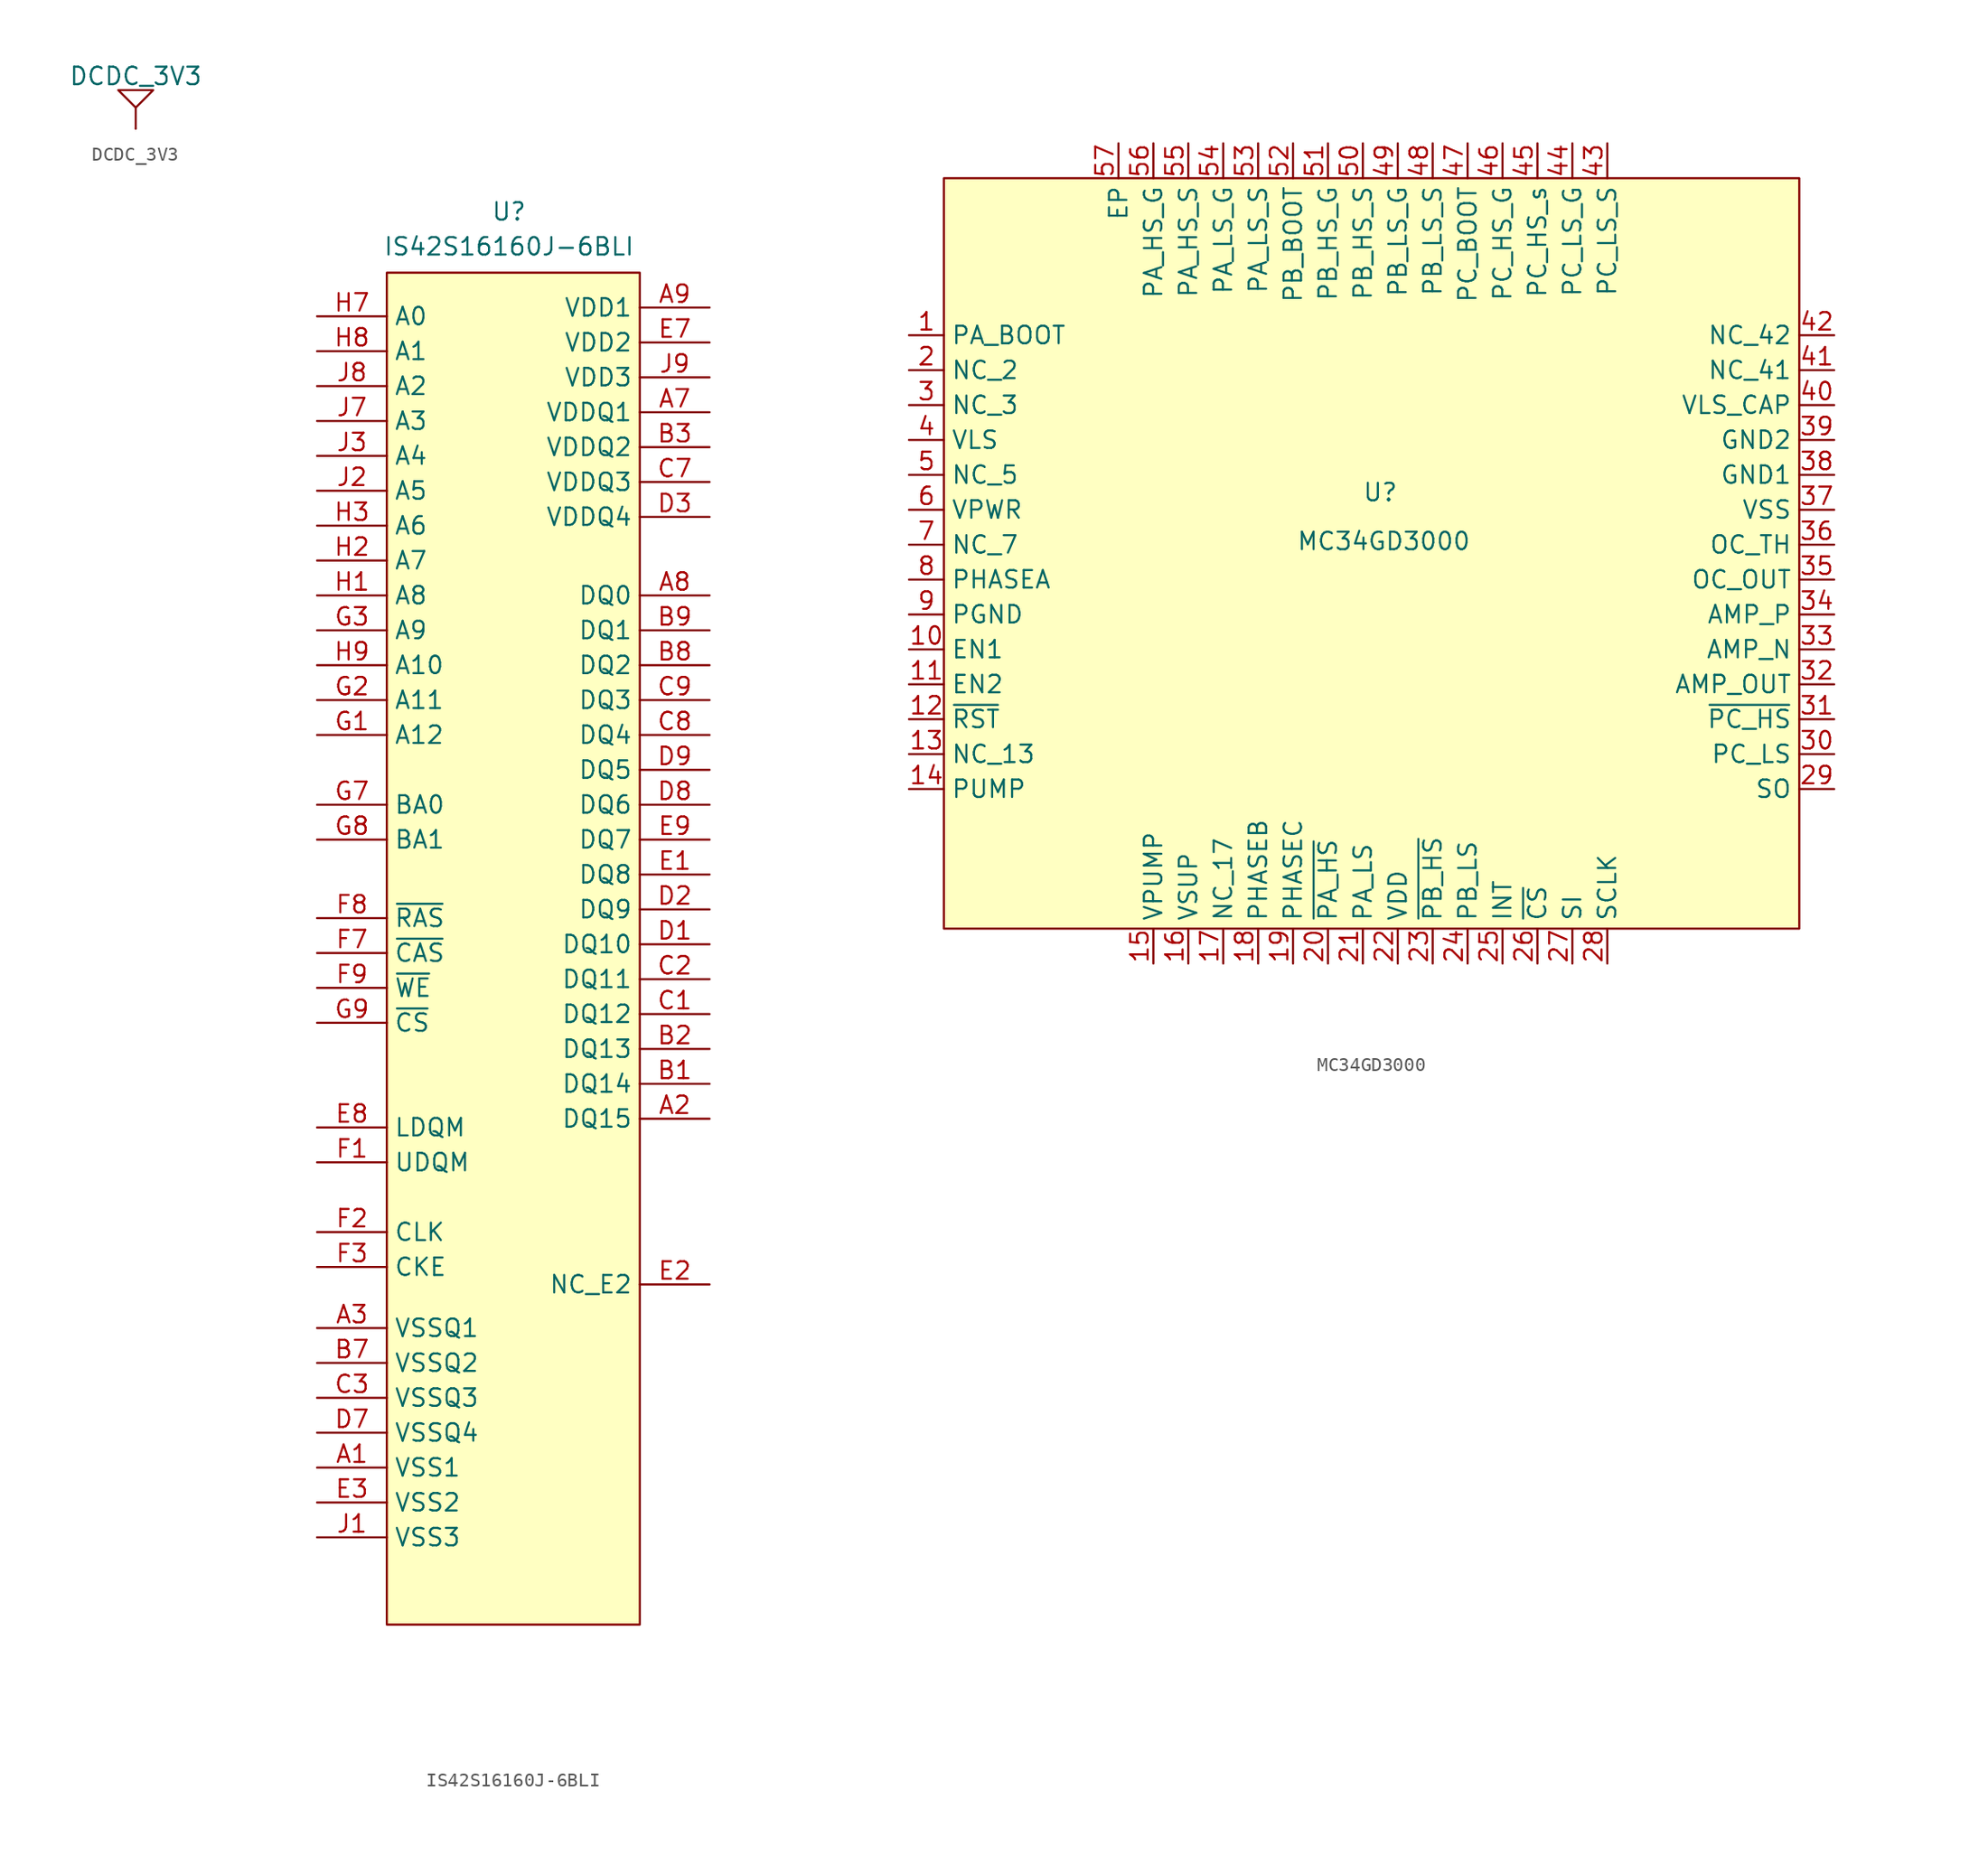
<source format=kicad_sym>
(kicad_symbol_lib
  (version 20241209)
  (generator "kicad_symbol_editor")
  (generator_version "9.0")
  (symbol "DCDC_3V3"
    (power)
    (property "Reference" "#PWR"
      (at -3.81 0.254 0)
      (effects (font (size 1.27 1.27)) (hide yes)))
    (property "Value" "DCDC_3V3"
      (at 0 3.81 0)
      (effects (font (size 1.27 1.27))))
    (symbol "DCDC_3V3_0_1"
      (polyline (pts (xy 0 1.524) (xy -1.27 2.794) (xy 1.27 2.794) (xy 0 1.524) (xy 0 0)) (stroke (width 0) (type default)) (fill (type none))))
    (symbol "DCDC_3V3_1_1"
      (pin input line (at 0 0 90) (length 0) (name "" (effects (font (size 1.27 1.27)))) (number "" (effects (font (size 1.27 1.27)))))))
  (symbol "IS42S16160J-6BLI"
    (property "Reference" "U"
      (at 0 0 0)
      (effects (font (size 1.27 1.27))))
    (property "Value" "IS42S16160J-6BLI"
      (at 0 -2.54 0)
      (effects (font (size 1.27 1.27))))
    (symbol "IS42S16160J-6BLI_1_1"
      (rectangle (start -8.89 -4.445) (end 9.525 -102.87) (stroke (width 0) (type solid)) (fill (type background)))
      (pin input line (at -13.97 -7.62 0) (length 5.08) (name "A0" (effects (font (size 1.27 1.27)))) (number "H7" (effects (font (size 1.27 1.27)))))
      (pin input line (at -13.97 -10.16 0) (length 5.08) (name "A1" (effects (font (size 1.27 1.27)))) (number "H8" (effects (font (size 1.27 1.27)))))
      (pin input line (at -13.97 -12.7 0) (length 5.08) (name "A2" (effects (font (size 1.27 1.27)))) (number "J8" (effects (font (size 1.27 1.27)))))
      (pin input line (at -13.97 -15.24 0) (length 5.08) (name "A3" (effects (font (size 1.27 1.27)))) (number "J7" (effects (font (size 1.27 1.27)))))
      (pin input line (at -13.97 -17.78 0) (length 5.08) (name "A4" (effects (font (size 1.27 1.27)))) (number "J3" (effects (font (size 1.27 1.27)))))
      (pin input line (at -13.97 -20.32 0) (length 5.08) (name "A5" (effects (font (size 1.27 1.27)))) (number "J2" (effects (font (size 1.27 1.27)))))
      (pin input line (at -13.97 -22.86 0) (length 5.08) (name "A6" (effects (font (size 1.27 1.27)))) (number "H3" (effects (font (size 1.27 1.27)))))
      (pin input line (at -13.97 -25.4 0) (length 5.08) (name "A7" (effects (font (size 1.27 1.27)))) (number "H2" (effects (font (size 1.27 1.27)))))
      (pin input line (at -13.97 -27.94 0) (length 5.08) (name "A8" (effects (font (size 1.27 1.27)))) (number "H1" (effects (font (size 1.27 1.27)))))
      (pin input line (at -13.97 -30.48 0) (length 5.08) (name "A9" (effects (font (size 1.27 1.27)))) (number "G3" (effects (font (size 1.27 1.27)))))
      (pin input line (at -13.97 -33.02 0) (length 5.08) (name "A10" (effects (font (size 1.27 1.27)))) (number "H9" (effects (font (size 1.27 1.27)))))
      (pin input line (at -13.97 -35.56 0) (length 5.08) (name "A11" (effects (font (size 1.27 1.27)))) (number "G2" (effects (font (size 1.27 1.27)))))
      (pin input line (at -13.97 -38.1 0) (length 5.08) (name "A12" (effects (font (size 1.27 1.27)))) (number "G1" (effects (font (size 1.27 1.27)))))
      (pin input line (at -13.97 -43.18 0) (length 5.08) (name "BA0" (effects (font (size 1.27 1.27)))) (number "G7" (effects (font (size 1.27 1.27)))))
      (pin input line (at -13.97 -45.72 0) (length 5.08) (name "BA1" (effects (font (size 1.27 1.27)))) (number "G8" (effects (font (size 1.27 1.27)))))
      (pin input line (at -13.97 -51.435 0) (length 5.08) (name "~{RAS}" (effects (font (size 1.27 1.27)))) (number "F8" (effects (font (size 1.27 1.27)))))
      (pin input line (at -13.97 -53.975 0) (length 5.08) (name "~{CAS}" (effects (font (size 1.27 1.27)))) (number "F7" (effects (font (size 1.27 1.27)))))
      (pin input line (at -13.97 -56.515 0) (length 5.08) (name "~{WE}" (effects (font (size 1.27 1.27)))) (number "F9" (effects (font (size 1.27 1.27)))))
      (pin input line (at -13.97 -59.055 0) (length 5.08) (name "~{CS}" (effects (font (size 1.27 1.27)))) (number "G9" (effects (font (size 1.27 1.27)))))
      (pin input line (at -13.97 -66.675 0) (length 5.08) (name "LDQM" (effects (font (size 1.27 1.27)))) (number "E8" (effects (font (size 1.27 1.27)))))
      (pin input line (at -13.97 -69.215 0) (length 5.08) (name "UDQM" (effects (font (size 1.27 1.27)))) (number "F1" (effects (font (size 1.27 1.27)))))
      (pin input line (at -13.97 -74.295 0) (length 5.08) (name "CLK" (effects (font (size 1.27 1.27)))) (number "F2" (effects (font (size 1.27 1.27)))))
      (pin input line (at -13.97 -76.835 0) (length 5.08) (name "CKE" (effects (font (size 1.27 1.27)))) (number "F3" (effects (font (size 1.27 1.27)))))
      (pin input line (at -13.97 -81.28 0) (length 5.08) (name "VSSQ1" (effects (font (size 1.27 1.27)))) (number "A3" (effects (font (size 1.27 1.27)))))
      (pin input line (at -13.97 -83.82 0) (length 5.08) (name "VSSQ2" (effects (font (size 1.27 1.27)))) (number "B7" (effects (font (size 1.27 1.27)))))
      (pin input line (at -13.97 -86.36 0) (length 5.08) (name "VSSQ3" (effects (font (size 1.27 1.27)))) (number "C3" (effects (font (size 1.27 1.27)))))
      (pin input line (at -13.97 -88.9 0) (length 5.08) (name "VSSQ4" (effects (font (size 1.27 1.27)))) (number "D7" (effects (font (size 1.27 1.27)))))
      (pin input line (at -13.97 -91.44 0) (length 5.08) (name "VSS1" (effects (font (size 1.27 1.27)))) (number "A1" (effects (font (size 1.27 1.27)))))
      (pin input line (at -13.97 -93.98 0) (length 5.08) (name "VSS2" (effects (font (size 1.27 1.27)))) (number "E3" (effects (font (size 1.27 1.27)))))
      (pin input line (at -13.97 -96.52 0) (length 5.08) (name "VSS3" (effects (font (size 1.27 1.27)))) (number "J1" (effects (font (size 1.27 1.27)))))
      (pin input line (at 14.605 -6.985 180) (length 5.08) (name "VDD1" (effects (font (size 1.27 1.27)))) (number "A9" (effects (font (size 1.27 1.27)))))
      (pin input line (at 14.605 -9.525 180) (length 5.08) (name "VDD2" (effects (font (size 1.27 1.27)))) (number "E7" (effects (font (size 1.27 1.27)))))
      (pin input line (at 14.605 -12.065 180) (length 5.08) (name "VDD3" (effects (font (size 1.27 1.27)))) (number "J9" (effects (font (size 1.27 1.27)))))
      (pin input line (at 14.605 -14.605 180) (length 5.08) (name "VDDQ1" (effects (font (size 1.27 1.27)))) (number "A7" (effects (font (size 1.27 1.27)))))
      (pin input line (at 14.605 -17.145 180) (length 5.08) (name "VDDQ2" (effects (font (size 1.27 1.27)))) (number "B3" (effects (font (size 1.27 1.27)))))
      (pin input line (at 14.605 -19.685 180) (length 5.08) (name "VDDQ3" (effects (font (size 1.27 1.27)))) (number "C7" (effects (font (size 1.27 1.27)))))
      (pin input line (at 14.605 -22.225 180) (length 5.08) (name "VDDQ4" (effects (font (size 1.27 1.27)))) (number "D3" (effects (font (size 1.27 1.27)))))
      (pin input line (at 14.605 -27.94 180) (length 5.08) (name "DQ0" (effects (font (size 1.27 1.27)))) (number "A8" (effects (font (size 1.27 1.27)))))
      (pin input line (at 14.605 -30.48 180) (length 5.08) (name "DQ1" (effects (font (size 1.27 1.27)))) (number "B9" (effects (font (size 1.27 1.27)))))
      (pin input line (at 14.605 -33.02 180) (length 5.08) (name "DQ2" (effects (font (size 1.27 1.27)))) (number "B8" (effects (font (size 1.27 1.27)))))
      (pin input line (at 14.605 -35.56 180) (length 5.08) (name "DQ3" (effects (font (size 1.27 1.27)))) (number "C9" (effects (font (size 1.27 1.27)))))
      (pin input line (at 14.605 -38.1 180) (length 5.08) (name "DQ4" (effects (font (size 1.27 1.27)))) (number "C8" (effects (font (size 1.27 1.27)))))
      (pin input line (at 14.605 -40.64 180) (length 5.08) (name "DQ5" (effects (font (size 1.27 1.27)))) (number "D9" (effects (font (size 1.27 1.27)))))
      (pin input line (at 14.605 -43.18 180) (length 5.08) (name "DQ6" (effects (font (size 1.27 1.27)))) (number "D8" (effects (font (size 1.27 1.27)))))
      (pin input line (at 14.605 -45.72 180) (length 5.08) (name "DQ7" (effects (font (size 1.27 1.27)))) (number "E9" (effects (font (size 1.27 1.27)))))
      (pin input line (at 14.605 -48.26 180) (length 5.08) (name "DQ8" (effects (font (size 1.27 1.27)))) (number "E1" (effects (font (size 1.27 1.27)))))
      (pin input line (at 14.605 -50.8 180) (length 5.08) (name "DQ9" (effects (font (size 1.27 1.27)))) (number "D2" (effects (font (size 1.27 1.27)))))
      (pin input line (at 14.605 -53.34 180) (length 5.08) (name "DQ10" (effects (font (size 1.27 1.27)))) (number "D1" (effects (font (size 1.27 1.27)))))
      (pin input line (at 14.605 -55.88 180) (length 5.08) (name "DQ11" (effects (font (size 1.27 1.27)))) (number "C2" (effects (font (size 1.27 1.27)))))
      (pin input line (at 14.605 -58.42 180) (length 5.08) (name "DQ12" (effects (font (size 1.27 1.27)))) (number "C1" (effects (font (size 1.27 1.27)))))
      (pin input line (at 14.605 -60.96 180) (length 5.08) (name "DQ13" (effects (font (size 1.27 1.27)))) (number "B2" (effects (font (size 1.27 1.27)))))
      (pin input line (at 14.605 -63.5 180) (length 5.08) (name "DQ14" (effects (font (size 1.27 1.27)))) (number "B1" (effects (font (size 1.27 1.27)))))
      (pin input line (at 14.605 -66.04 180) (length 5.08) (name "DQ15" (effects (font (size 1.27 1.27)))) (number "A2" (effects (font (size 1.27 1.27)))))
      (pin input line (at 14.605 -78.105 180) (length 5.08) (name "NC_E2" (effects (font (size 1.27 1.27)))) (number "E2" (effects (font (size 1.27 1.27)))))))
  (symbol "MC34GD3000"
    (property "Reference" "U"
      (at 0 0 0)
      (effects (font (size 1.27 1.27))))
    (property "Value" "MC34GD3000"
      (at 0.254 -3.556 0)
      (effects (font (size 1.27 1.27))))
    (symbol "MC34GD3000_1_1"
      (rectangle (start -31.75 22.86) (end 30.48 -31.75) (stroke (width 0) (type solid)) (fill (type background)))
      (pin input line (at -34.29 11.43 0) (length 2.54) (name "PA_BOOT" (effects (font (size 1.27 1.27)))) (number "1" (effects (font (size 1.27 1.27)))))
      (pin input line (at -34.29 8.89 0) (length 2.54) (name "NC_2" (effects (font (size 1.27 1.27)))) (number "2" (effects (font (size 1.27 1.27)))))
      (pin input line (at -34.29 6.35 0) (length 2.54) (name "NC_3" (effects (font (size 1.27 1.27)))) (number "3" (effects (font (size 1.27 1.27)))))
      (pin input line (at -34.29 3.81 0) (length 2.54) (name "VLS" (effects (font (size 1.27 1.27)))) (number "4" (effects (font (size 1.27 1.27)))))
      (pin input line (at -34.29 1.27 0) (length 2.54) (name "NC_5" (effects (font (size 1.27 1.27)))) (number "5" (effects (font (size 1.27 1.27)))))
      (pin input line (at -34.29 -1.27 0) (length 2.54) (name "VPWR" (effects (font (size 1.27 1.27)))) (number "6" (effects (font (size 1.27 1.27)))))
      (pin input line (at -34.29 -3.81 0) (length 2.54) (name "NC_7" (effects (font (size 1.27 1.27)))) (number "7" (effects (font (size 1.27 1.27)))))
      (pin input line (at -34.29 -6.35 0) (length 2.54) (name "PHASEA" (effects (font (size 1.27 1.27)))) (number "8" (effects (font (size 1.27 1.27)))))
      (pin input line (at -34.29 -8.89 0) (length 2.54) (name "PGND" (effects (font (size 1.27 1.27)))) (number "9" (effects (font (size 1.27 1.27)))))
      (pin input line (at -34.29 -11.43 0) (length 2.54) (name "EN1" (effects (font (size 1.27 1.27)))) (number "10" (effects (font (size 1.27 1.27)))))
      (pin input line (at -34.29 -13.97 0) (length 2.54) (name "EN2" (effects (font (size 1.27 1.27)))) (number "11" (effects (font (size 1.27 1.27)))))
      (pin input line (at -34.29 -16.51 0) (length 2.54) (name "~{RST}" (effects (font (size 1.27 1.27)))) (number "12" (effects (font (size 1.27 1.27)))))
      (pin input line (at -34.29 -19.05 0) (length 2.54) (name "NC_13" (effects (font (size 1.27 1.27)))) (number "13" (effects (font (size 1.27 1.27)))))
      (pin input line (at -34.29 -21.59 0) (length 2.54) (name "PUMP" (effects (font (size 1.27 1.27)))) (number "14" (effects (font (size 1.27 1.27)))))
      (pin input line (at -19.05 25.4 270) (length 2.54) (name "EP" (effects (font (size 1.27 1.27)))) (number "57" (effects (font (size 1.27 1.27)))))
      (pin input line (at -16.51 25.4 270) (length 2.54) (name "PA_HS_G" (effects (font (size 1.27 1.27)))) (number "56" (effects (font (size 1.27 1.27)))))
      (pin input line (at -16.51 -34.29 90) (length 2.54) (name "VPUMP" (effects (font (size 1.27 1.27)))) (number "15" (effects (font (size 1.27 1.27)))))
      (pin input line (at -13.97 25.4 270) (length 2.54) (name "PA_HS_S" (effects (font (size 1.27 1.27)))) (number "55" (effects (font (size 1.27 1.27)))))
      (pin input line (at -13.97 -34.29 90) (length 2.54) (name "VSUP" (effects (font (size 1.27 1.27)))) (number "16" (effects (font (size 1.27 1.27)))))
      (pin input line (at -11.43 25.4 270) (length 2.54) (name "PA_LS_G" (effects (font (size 1.27 1.27)))) (number "54" (effects (font (size 1.27 1.27)))))
      (pin input line (at -11.43 -34.29 90) (length 2.54) (name "NC_17" (effects (font (size 1.27 1.27)))) (number "17" (effects (font (size 1.27 1.27)))))
      (pin input line (at -8.89 25.4 270) (length 2.54) (name "PA_LS_S" (effects (font (size 1.27 1.27)))) (number "53" (effects (font (size 1.27 1.27)))))
      (pin input line (at -8.89 -34.29 90) (length 2.54) (name "PHASEB" (effects (font (size 1.27 1.27)))) (number "18" (effects (font (size 1.27 1.27)))))
      (pin input line (at -6.35 25.4 270) (length 2.54) (name "PB_BOOT" (effects (font (size 1.27 1.27)))) (number "52" (effects (font (size 1.27 1.27)))))
      (pin input line (at -6.35 -34.29 90) (length 2.54) (name "PHASEC" (effects (font (size 1.27 1.27)))) (number "19" (effects (font (size 1.27 1.27)))))
      (pin input line (at -3.81 25.4 270) (length 2.54) (name "PB_HS_G" (effects (font (size 1.27 1.27)))) (number "51" (effects (font (size 1.27 1.27)))))
      (pin input line (at -3.81 -34.29 90) (length 2.54) (name "~{PA_HS}" (effects (font (size 1.27 1.27)))) (number "20" (effects (font (size 1.27 1.27)))))
      (pin input line (at -1.27 25.4 270) (length 2.54) (name "PB_HS_S" (effects (font (size 1.27 1.27)))) (number "50" (effects (font (size 1.27 1.27)))))
      (pin input line (at -1.27 -34.29 90) (length 2.54) (name "PA_LS" (effects (font (size 1.27 1.27)))) (number "21" (effects (font (size 1.27 1.27)))))
      (pin input line (at 1.27 25.4 270) (length 2.54) (name "PB_LS_G" (effects (font (size 1.27 1.27)))) (number "49" (effects (font (size 1.27 1.27)))))
      (pin input line (at 1.27 -34.29 90) (length 2.54) (name "VDD" (effects (font (size 1.27 1.27)))) (number "22" (effects (font (size 1.27 1.27)))))
      (pin input line (at 3.81 25.4 270) (length 2.54) (name "PB_LS_S" (effects (font (size 1.27 1.27)))) (number "48" (effects (font (size 1.27 1.27)))))
      (pin input line (at 3.81 -34.29 90) (length 2.54) (name "~{PB_HS}" (effects (font (size 1.27 1.27)))) (number "23" (effects (font (size 1.27 1.27)))))
      (pin input line (at 6.35 25.4 270) (length 2.54) (name "PC_BOOT" (effects (font (size 1.27 1.27)))) (number "47" (effects (font (size 1.27 1.27)))))
      (pin input line (at 6.35 -34.29 90) (length 2.54) (name "PB_LS" (effects (font (size 1.27 1.27)))) (number "24" (effects (font (size 1.27 1.27)))))
      (pin input line (at 8.89 25.4 270) (length 2.54) (name "PC_HS_G" (effects (font (size 1.27 1.27)))) (number "46" (effects (font (size 1.27 1.27)))))
      (pin input line (at 8.89 -34.29 90) (length 2.54) (name "INT" (effects (font (size 1.27 1.27)))) (number "25" (effects (font (size 1.27 1.27)))))
      (pin input line (at 11.43 25.4 270) (length 2.54) (name "PC_HS_s" (effects (font (size 1.27 1.27)))) (number "45" (effects (font (size 1.27 1.27)))))
      (pin input line (at 11.43 -34.29 90) (length 2.54) (name "~{CS}" (effects (font (size 1.27 1.27)))) (number "26" (effects (font (size 1.27 1.27)))))
      (pin input line (at 13.97 25.4 270) (length 2.54) (name "PC_LS_G" (effects (font (size 1.27 1.27)))) (number "44" (effects (font (size 1.27 1.27)))))
      (pin input line (at 13.97 -34.29 90) (length 2.54) (name "SI" (effects (font (size 1.27 1.27)))) (number "27" (effects (font (size 1.27 1.27)))))
      (pin input line (at 16.51 25.4 270) (length 2.54) (name "PC_LS_S" (effects (font (size 1.27 1.27)))) (number "43" (effects (font (size 1.27 1.27)))))
      (pin input line (at 16.51 -34.29 90) (length 2.54) (name "SCLK" (effects (font (size 1.27 1.27)))) (number "28" (effects (font (size 1.27 1.27)))))
      (pin input line (at 33.02 11.43 180) (length 2.54) (name "NC_42" (effects (font (size 1.27 1.27)))) (number "42" (effects (font (size 1.27 1.27)))))
      (pin input line (at 33.02 8.89 180) (length 2.54) (name "NC_41" (effects (font (size 1.27 1.27)))) (number "41" (effects (font (size 1.27 1.27)))))
      (pin input line (at 33.02 6.35 180) (length 2.54) (name "VLS_CAP" (effects (font (size 1.27 1.27)))) (number "40" (effects (font (size 1.27 1.27)))))
      (pin input line (at 33.02 3.81 180) (length 2.54) (name "GND2" (effects (font (size 1.27 1.27)))) (number "39" (effects (font (size 1.27 1.27)))))
      (pin input line (at 33.02 1.27 180) (length 2.54) (name "GND1" (effects (font (size 1.27 1.27)))) (number "38" (effects (font (size 1.27 1.27)))))
      (pin input line (at 33.02 -1.27 180) (length 2.54) (name "VSS" (effects (font (size 1.27 1.27)))) (number "37" (effects (font (size 1.27 1.27)))))
      (pin input line (at 33.02 -3.81 180) (length 2.54) (name "OC_TH" (effects (font (size 1.27 1.27)))) (number "36" (effects (font (size 1.27 1.27)))))
      (pin input line (at 33.02 -6.35 180) (length 2.54) (name "OC_OUT" (effects (font (size 1.27 1.27)))) (number "35" (effects (font (size 1.27 1.27)))))
      (pin input line (at 33.02 -8.89 180) (length 2.54) (name "AMP_P" (effects (font (size 1.27 1.27)))) (number "34" (effects (font (size 1.27 1.27)))))
      (pin input line (at 33.02 -11.43 180) (length 2.54) (name "AMP_N" (effects (font (size 1.27 1.27)))) (number "33" (effects (font (size 1.27 1.27)))))
      (pin input line (at 33.02 -13.97 180) (length 2.54) (name "AMP_OUT" (effects (font (size 1.27 1.27)))) (number "32" (effects (font (size 1.27 1.27)))))
      (pin input line (at 33.02 -16.51 180) (length 2.54) (name "~{PC_HS}" (effects (font (size 1.27 1.27)))) (number "31" (effects (font (size 1.27 1.27)))))
      (pin input line (at 33.02 -19.05 180) (length 2.54) (name "PC_LS" (effects (font (size 1.27 1.27)))) (number "30" (effects (font (size 1.27 1.27)))))
      (pin input line (at 33.02 -21.59 180) (length 2.54) (name "SO" (effects (font (size 1.27 1.27)))) (number "29" (effects (font (size 1.27 1.27))))))))
</source>
